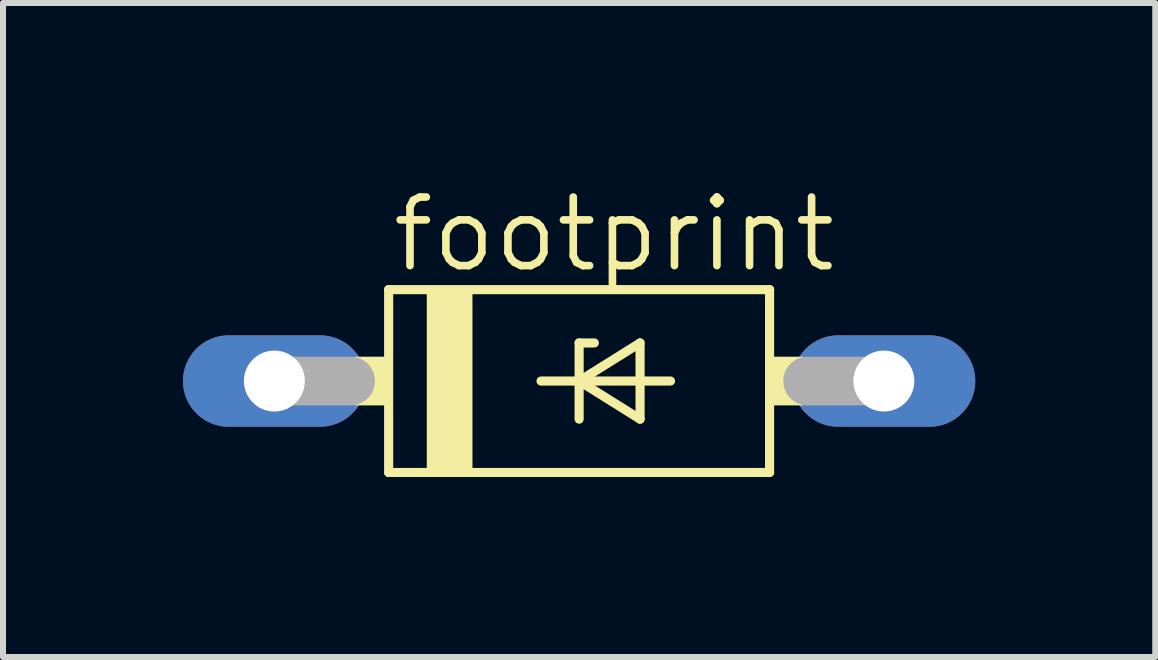
<source format=kicad_pcb>
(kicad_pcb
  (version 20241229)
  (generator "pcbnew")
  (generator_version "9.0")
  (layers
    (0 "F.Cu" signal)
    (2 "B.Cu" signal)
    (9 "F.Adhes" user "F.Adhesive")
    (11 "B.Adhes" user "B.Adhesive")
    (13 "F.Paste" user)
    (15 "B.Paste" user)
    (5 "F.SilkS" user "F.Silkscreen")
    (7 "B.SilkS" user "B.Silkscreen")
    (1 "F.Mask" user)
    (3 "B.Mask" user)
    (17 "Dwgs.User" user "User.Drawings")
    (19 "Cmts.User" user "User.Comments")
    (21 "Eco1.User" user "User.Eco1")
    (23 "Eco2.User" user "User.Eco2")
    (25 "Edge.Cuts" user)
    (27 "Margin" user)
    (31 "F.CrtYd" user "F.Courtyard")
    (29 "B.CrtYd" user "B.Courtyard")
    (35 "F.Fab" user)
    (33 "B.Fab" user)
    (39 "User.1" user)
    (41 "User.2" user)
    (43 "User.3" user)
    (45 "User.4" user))
  (footprint "footprint"
    (layer "F.Cu")
    (at 6.604 3.302)
    (property "Reference" "footprint" (at -3.175 -1.778 0) (layer "F.SilkS") (effects (font (size 1.143 1.143) (thickness 0.127)) (justify left bottom)))
    (fp_line (start -3.175 -1.524) (end -3.175 1.524) (stroke (width 0.152) (type solid)) (layer "F.SilkS"))
    (fp_line (start -3.175 1.524) (end 3.175 1.524) (stroke (width 0.152) (type solid)) (layer "F.SilkS"))
    (fp_line (start -0.635 0) (end 0 0) (stroke (width 0.152) (type solid)) (layer "F.SilkS"))
    (fp_line (start 0 -0.635) (end 0 0) (stroke (width 0.152) (type solid)) (layer "F.SilkS"))
    (fp_line (start 0 0) (end 0 0.635) (stroke (width 0.152) (type solid)) (layer "F.SilkS"))
    (fp_line (start 0 0) (end 1.016 -0.635) (stroke (width 0.152) (type solid)) (layer "F.SilkS"))
    (fp_line (start 0 0) (end 1.524 0) (stroke (width 0.152) (type solid)) (layer "F.SilkS"))
    (fp_line (start 0.254 -0.635) (end 0 -0.635) (stroke (width 0.152) (type solid)) (layer "F.SilkS"))
    (fp_line (start 1.016 -0.635) (end 1.016 0.635) (stroke (width 0.152) (type solid)) (layer "F.SilkS"))
    (fp_line (start 1.016 0.635) (end 0 0) (stroke (width 0.152) (type solid)) (layer "F.SilkS"))
    (fp_line (start 3.175 -1.524) (end -3.175 -1.524) (stroke (width 0.152) (type solid)) (layer "F.SilkS"))
    (fp_line (start 3.175 1.524) (end 3.175 -1.524) (stroke (width 0.152) (type solid)) (layer "F.SilkS"))
    (fp_poly (pts (xy -3.734 0.406) (xy -3.175 0.406) (xy -3.175 -0.406) (xy -3.734 -0.406)) (stroke (width 0) (type solid)) (fill yes) (layer "F.SilkS"))
    (fp_poly (pts (xy -2.54 1.524) (xy -1.778 1.524) (xy -1.778 -1.524) (xy -2.54 -1.524)) (stroke (width 0) (type solid)) (fill yes) (layer "F.SilkS"))
    (fp_poly (pts (xy 3.175 0.406) (xy 3.734 0.406) (xy 3.734 -0.406) (xy 3.175 -0.406)) (stroke (width 0) (type solid)) (fill yes) (layer "F.SilkS"))
    (fp_line (start -5.08 0) (end -3.81 0) (stroke (width 0.813) (type solid)) (layer "F.Fab"))
    (fp_line (start 5.08 0) (end 3.81 0) (stroke (width 0.813) (type solid)) (layer "F.Fab"))
    (pad "A" thru_hole oval (at 5.08 0) (size 3.048 1.524) (drill 1.016) (layers "*.Cu" "*.Mask"))
    (pad "C" thru_hole oval (at -5.08 0) (size 3.048 1.524) (drill 1.016) (layers "*.Cu" "*.Mask")))
  (gr_rect
    (start -3 -3)
    (end 16.208 7.902)
    (stroke (width 0.1) (type default))
    (fill no)
    (layer "Edge.Cuts")))
</source>
